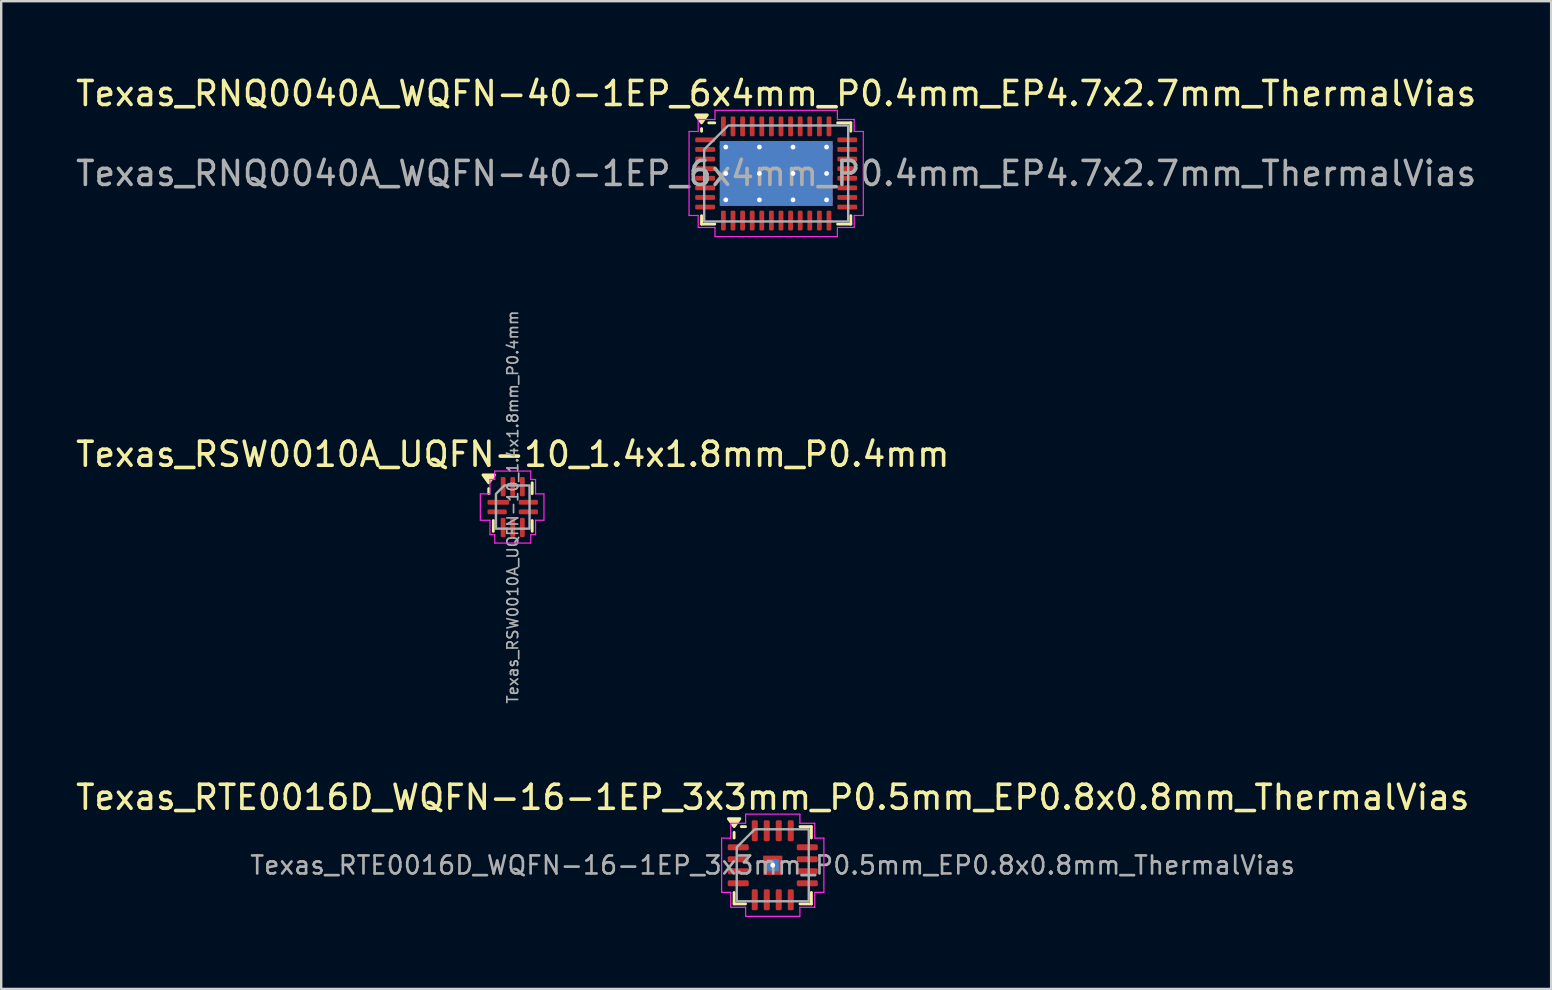
<source format=kicad_pcb>
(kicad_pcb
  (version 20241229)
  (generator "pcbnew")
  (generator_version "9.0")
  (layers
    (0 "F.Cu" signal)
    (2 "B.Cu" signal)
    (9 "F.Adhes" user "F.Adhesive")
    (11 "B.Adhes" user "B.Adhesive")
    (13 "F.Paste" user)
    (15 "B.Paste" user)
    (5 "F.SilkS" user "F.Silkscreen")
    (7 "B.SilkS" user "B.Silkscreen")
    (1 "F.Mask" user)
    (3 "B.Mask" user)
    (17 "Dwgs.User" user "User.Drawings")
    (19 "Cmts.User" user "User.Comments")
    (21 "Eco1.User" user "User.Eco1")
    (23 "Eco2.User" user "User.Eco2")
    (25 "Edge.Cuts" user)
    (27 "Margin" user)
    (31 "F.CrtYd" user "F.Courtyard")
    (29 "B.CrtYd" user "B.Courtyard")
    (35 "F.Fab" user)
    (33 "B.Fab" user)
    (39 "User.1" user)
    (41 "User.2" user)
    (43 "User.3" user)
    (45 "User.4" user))
  (footprint "Texas_RTE0016D_WQFN-16-1EP_3x3mm_P0.5mm_EP0.8x0.8mm_ThermalVias"
    (layer "F.Cu")
    (at 29.149 33.003)
    (property "Reference" "Texas_RTE0016D_WQFN-16-1EP_3x3mm_P0.5mm_EP0.8x0.8mm_ThermalVias" (at 0 -2.83 0) (layer "F.SilkS") (effects (font (size 1 1) (thickness 0.15))))
    (attr smd)
    (fp_line (start -1.61 -1.135) (end -1.61 -1.37) (stroke (width 0.12) (type solid)) (layer "F.SilkS"))
    (fp_line (start -1.61 1.61) (end -1.61 1.135) (stroke (width 0.12) (type solid)) (layer "F.SilkS"))
    (fp_line (start -1.135 -1.61) (end -1.31 -1.61) (stroke (width 0.12) (type solid)) (layer "F.SilkS"))
    (fp_line (start -1.135 1.61) (end -1.61 1.61) (stroke (width 0.12) (type solid)) (layer "F.SilkS"))
    (fp_line (start 1.135 -1.61) (end 1.61 -1.61) (stroke (width 0.12) (type solid)) (layer "F.SilkS"))
    (fp_line (start 1.135 1.61) (end 1.61 1.61) (stroke (width 0.12) (type solid)) (layer "F.SilkS"))
    (fp_line (start 1.61 -1.61) (end 1.61 -1.135) (stroke (width 0.12) (type solid)) (layer "F.SilkS"))
    (fp_line (start 1.61 1.61) (end 1.61 1.135) (stroke (width 0.12) (type solid)) (layer "F.SilkS"))
    (fp_poly (pts (xy -1.61 -1.61) (xy -1.85 -1.94) (xy -1.37 -1.94)) (stroke (width 0.12) (type solid)) (fill yes) (layer "F.SilkS"))
    (fp_line (start -2.13 -1.13) (end -1.75 -1.13) (stroke (width 0.05) (type solid)) (layer "F.CrtYd"))
    (fp_line (start -2.13 1.13) (end -2.13 -1.13) (stroke (width 0.05) (type solid)) (layer "F.CrtYd"))
    (fp_line (start -1.75 -1.75) (end -1.13 -1.75) (stroke (width 0.05) (type solid)) (layer "F.CrtYd"))
    (fp_line (start -1.75 -1.13) (end -1.75 -1.75) (stroke (width 0.05) (type solid)) (layer "F.CrtYd"))
    (fp_line (start -1.75 1.13) (end -2.13 1.13) (stroke (width 0.05) (type solid)) (layer "F.CrtYd"))
    (fp_line (start -1.75 1.75) (end -1.75 1.13) (stroke (width 0.05) (type solid)) (layer "F.CrtYd"))
    (fp_line (start -1.13 -2.13) (end 1.13 -2.13) (stroke (width 0.05) (type solid)) (layer "F.CrtYd"))
    (fp_line (start -1.13 -1.75) (end -1.13 -2.13) (stroke (width 0.05) (type solid)) (layer "F.CrtYd"))
    (fp_line (start -1.13 1.75) (end -1.75 1.75) (stroke (width 0.05) (type solid)) (layer "F.CrtYd"))
    (fp_line (start -1.13 2.13) (end -1.13 1.75) (stroke (width 0.05) (type solid)) (layer "F.CrtYd"))
    (fp_line (start 1.13 -2.13) (end 1.13 -1.75) (stroke (width 0.05) (type solid)) (layer "F.CrtYd"))
    (fp_line (start 1.13 -1.75) (end 1.75 -1.75) (stroke (width 0.05) (type solid)) (layer "F.CrtYd"))
    (fp_line (start 1.13 1.75) (end 1.13 2.13) (stroke (width 0.05) (type solid)) (layer "F.CrtYd"))
    (fp_line (start 1.13 2.13) (end -1.13 2.13) (stroke (width 0.05) (type solid)) (layer "F.CrtYd"))
    (fp_line (start 1.75 -1.75) (end 1.75 -1.13) (stroke (width 0.05) (type solid)) (layer "F.CrtYd"))
    (fp_line (start 1.75 -1.13) (end 2.13 -1.13) (stroke (width 0.05) (type solid)) (layer "F.CrtYd"))
    (fp_line (start 1.75 1.13) (end 1.75 1.75) (stroke (width 0.05) (type solid)) (layer "F.CrtYd"))
    (fp_line (start 1.75 1.75) (end 1.13 1.75) (stroke (width 0.05) (type solid)) (layer "F.CrtYd"))
    (fp_line (start 2.13 -1.13) (end 2.13 1.13) (stroke (width 0.05) (type solid)) (layer "F.CrtYd"))
    (fp_line (start 2.13 1.13) (end 1.75 1.13) (stroke (width 0.05) (type solid)) (layer "F.CrtYd"))
    (fp_poly (pts (xy -1.5 -0.75) (xy -1.5 1.5) (xy 1.5 1.5) (xy 1.5 -1.5) (xy -0.75 -1.5)) (stroke (width 0.1) (type solid)) (fill no) (layer "F.Fab"))
    (fp_text user "${REFERENCE}" (at 0 0 0) (layer "F.Fab") (effects (font (size 0.75 0.75) (thickness 0.11))))
    (pad "" smd roundrect (at 0 0) (size 0.76 0.76) (layers "F.Paste") (roundrect_rratio 0.25))
    (pad "1" smd roundrect (at -1.438 -0.75) (size 0.875 0.25) (layers "F.Cu" "F.Mask" "F.Paste") (roundrect_rratio 0.25))
    (pad "2" smd roundrect (at -1.438 -0.25) (size 0.875 0.25) (layers "F.Cu" "F.Mask" "F.Paste") (roundrect_rratio 0.25))
    (pad "3" smd roundrect (at -1.438 0.25) (size 0.875 0.25) (layers "F.Cu" "F.Mask" "F.Paste") (roundrect_rratio 0.25))
    (pad "4" smd roundrect (at -1.438 0.75) (size 0.875 0.25) (layers "F.Cu" "F.Mask" "F.Paste") (roundrect_rratio 0.25))
    (pad "5" smd roundrect (at -0.75 1.438) (size 0.25 0.875) (layers "F.Cu" "F.Mask" "F.Paste") (roundrect_rratio 0.25))
    (pad "6" smd roundrect (at -0.25 1.438) (size 0.25 0.875) (layers "F.Cu" "F.Mask" "F.Paste") (roundrect_rratio 0.25))
    (pad "7" smd roundrect (at 0.25 1.438) (size 0.25 0.875) (layers "F.Cu" "F.Mask" "F.Paste") (roundrect_rratio 0.25))
    (pad "8" smd roundrect (at 0.75 1.438) (size 0.25 0.875) (layers "F.Cu" "F.Mask" "F.Paste") (roundrect_rratio 0.25))
    (pad "9" smd roundrect (at 1.438 0.75) (size 0.875 0.25) (layers "F.Cu" "F.Mask" "F.Paste") (roundrect_rratio 0.25))
    (pad "10" smd roundrect (at 1.438 0.25) (size 0.875 0.25) (layers "F.Cu" "F.Mask" "F.Paste") (roundrect_rratio 0.25))
    (pad "11" smd roundrect (at 1.438 -0.25) (size 0.875 0.25) (layers "F.Cu" "F.Mask" "F.Paste") (roundrect_rratio 0.25))
    (pad "12" smd roundrect (at 1.438 -0.75) (size 0.875 0.25) (layers "F.Cu" "F.Mask" "F.Paste") (roundrect_rratio 0.25))
    (pad "13" smd roundrect (at 0.75 -1.438) (size 0.25 0.875) (layers "F.Cu" "F.Mask" "F.Paste") (roundrect_rratio 0.25))
    (pad "14" smd roundrect (at 0.25 -1.438) (size 0.25 0.875) (layers "F.Cu" "F.Mask" "F.Paste") (roundrect_rratio 0.25))
    (pad "15" smd roundrect (at -0.25 -1.438) (size 0.25 0.875) (layers "F.Cu" "F.Mask" "F.Paste") (roundrect_rratio 0.25))
    (pad "16" smd roundrect (at -0.75 -1.438) (size 0.25 0.875) (layers "F.Cu" "F.Mask" "F.Paste") (roundrect_rratio 0.25))
    (pad "17" thru_hole circle (at 0 0) (size 0.5 0.5) (drill 0.2) (property pad_prop_heatsink) (layers "*.Cu"))
    (pad "17" smd rect (at 0 0) (size 0.5 0.5) (property pad_prop_heatsink) (layers "B.Cu"))
    (pad "17" smd rect (at 0 0) (size 0.8 0.8) (property pad_prop_heatsink) (layers "F.Cu" "F.Mask")))
  (footprint "Texas_RNQ0040A_WQFN-40-1EP_6x4mm_P0.4mm_EP4.7x2.7mm_ThermalVias"
    (layer "F.Cu")
    (at 29.292 4.178)
    (property "Reference" "Texas_RNQ0040A_WQFN-40-1EP_6x4mm_P0.4mm_EP4.7x2.7mm_ThermalVias" (at 0 -3.33 0) (layer "F.SilkS") (effects (font (size 1 1) (thickness 0.15))))
    (attr smd)
    (fp_line (start -3.11 -1.76) (end -3.11 -1.87) (stroke (width 0.12) (type solid)) (layer "F.SilkS"))
    (fp_line (start -3.11 2.11) (end -3.11 1.76) (stroke (width 0.12) (type solid)) (layer "F.SilkS"))
    (fp_line (start -2.56 -2.11) (end -2.81 -2.11) (stroke (width 0.12) (type solid)) (layer "F.SilkS"))
    (fp_line (start -2.56 2.11) (end -3.11 2.11) (stroke (width 0.12) (type solid)) (layer "F.SilkS"))
    (fp_line (start 2.56 -2.11) (end 3.11 -2.11) (stroke (width 0.12) (type solid)) (layer "F.SilkS"))
    (fp_line (start 2.56 2.11) (end 3.11 2.11) (stroke (width 0.12) (type solid)) (layer "F.SilkS"))
    (fp_line (start 3.11 -2.11) (end 3.11 -1.76) (stroke (width 0.12) (type solid)) (layer "F.SilkS"))
    (fp_line (start 3.11 2.11) (end 3.11 1.76) (stroke (width 0.12) (type solid)) (layer "F.SilkS"))
    (fp_poly (pts (xy -3.11 -2.11) (xy -3.35 -2.44) (xy -2.87 -2.44)) (stroke (width 0.12) (type solid)) (fill yes) (layer "F.SilkS"))
    (fp_line (start -3.63 -1.75) (end -3.25 -1.75) (stroke (width 0.05) (type solid)) (layer "F.CrtYd"))
    (fp_line (start -3.63 1.75) (end -3.63 -1.75) (stroke (width 0.05) (type solid)) (layer "F.CrtYd"))
    (fp_line (start -3.25 -2.25) (end -2.55 -2.25) (stroke (width 0.05) (type solid)) (layer "F.CrtYd"))
    (fp_line (start -3.25 -1.75) (end -3.25 -2.25) (stroke (width 0.05) (type solid)) (layer "F.CrtYd"))
    (fp_line (start -3.25 1.75) (end -3.63 1.75) (stroke (width 0.05) (type solid)) (layer "F.CrtYd"))
    (fp_line (start -3.25 2.25) (end -3.25 1.75) (stroke (width 0.05) (type solid)) (layer "F.CrtYd"))
    (fp_line (start -2.55 -2.63) (end 2.55 -2.63) (stroke (width 0.05) (type solid)) (layer "F.CrtYd"))
    (fp_line (start -2.55 -2.25) (end -2.55 -2.63) (stroke (width 0.05) (type solid)) (layer "F.CrtYd"))
    (fp_line (start -2.55 2.25) (end -3.25 2.25) (stroke (width 0.05) (type solid)) (layer "F.CrtYd"))
    (fp_line (start -2.55 2.63) (end -2.55 2.25) (stroke (width 0.05) (type solid)) (layer "F.CrtYd"))
    (fp_line (start 2.55 -2.63) (end 2.55 -2.25) (stroke (width 0.05) (type solid)) (layer "F.CrtYd"))
    (fp_line (start 2.55 -2.25) (end 3.25 -2.25) (stroke (width 0.05) (type solid)) (layer "F.CrtYd"))
    (fp_line (start 2.55 2.25) (end 2.55 2.63) (stroke (width 0.05) (type solid)) (layer "F.CrtYd"))
    (fp_line (start 2.55 2.63) (end -2.55 2.63) (stroke (width 0.05) (type solid)) (layer "F.CrtYd"))
    (fp_line (start 3.25 -2.25) (end 3.25 -1.75) (stroke (width 0.05) (type solid)) (layer "F.CrtYd"))
    (fp_line (start 3.25 -1.75) (end 3.63 -1.75) (stroke (width 0.05) (type solid)) (layer "F.CrtYd"))
    (fp_line (start 3.25 1.75) (end 3.25 2.25) (stroke (width 0.05) (type solid)) (layer "F.CrtYd"))
    (fp_line (start 3.25 2.25) (end 2.55 2.25) (stroke (width 0.05) (type solid)) (layer "F.CrtYd"))
    (fp_line (start 3.63 -1.75) (end 3.63 1.75) (stroke (width 0.05) (type solid)) (layer "F.CrtYd"))
    (fp_line (start 3.63 1.75) (end 3.25 1.75) (stroke (width 0.05) (type solid)) (layer "F.CrtYd"))
    (fp_poly (pts (xy -3 -1) (xy -3 2) (xy 3 2) (xy 3 -2) (xy -2 -2)) (stroke (width 0.1) (type solid)) (fill no) (layer "F.Fab"))
    (fp_text user "${REFERENCE}" (at 0 0 0) (layer "F.Fab") (effects (font (size 1 1) (thickness 0.15))))
    (pad "" smd roundrect (at -1.57 -0.675) (size 1.34 1.15) (layers "F.Paste") (roundrect_rratio 0.217))
    (pad "" smd roundrect (at -1.57 0.675) (size 1.34 1.15) (layers "F.Paste") (roundrect_rratio 0.217))
    (pad "" smd roundrect (at 0 -0.675) (size 1.34 1.15) (layers "F.Paste") (roundrect_rratio 0.217))
    (pad "" smd roundrect (at 0 0.675) (size 1.34 1.15) (layers "F.Paste") (roundrect_rratio 0.217))
    (pad "" smd roundrect (at 1.57 -0.675) (size 1.34 1.15) (layers "F.Paste") (roundrect_rratio 0.217))
    (pad "" smd roundrect (at 1.57 0.675) (size 1.34 1.15) (layers "F.Paste") (roundrect_rratio 0.217))
    (pad "1" smd roundrect (at -2.962 -1.4) (size 0.825 0.2) (layers "F.Cu" "F.Mask" "F.Paste") (roundrect_rratio 0.25))
    (pad "2" smd roundrect (at -2.962 -1) (size 0.825 0.2) (layers "F.Cu" "F.Mask" "F.Paste") (roundrect_rratio 0.25))
    (pad "3" smd roundrect (at -2.962 -0.6) (size 0.825 0.2) (layers "F.Cu" "F.Mask" "F.Paste") (roundrect_rratio 0.25))
    (pad "4" smd roundrect (at -2.962 -0.2) (size 0.825 0.2) (layers "F.Cu" "F.Mask" "F.Paste") (roundrect_rratio 0.25))
    (pad "5" smd roundrect (at -2.962 0.2) (size 0.825 0.2) (layers "F.Cu" "F.Mask" "F.Paste") (roundrect_rratio 0.25))
    (pad "6" smd roundrect (at -2.962 0.6) (size 0.825 0.2) (layers "F.Cu" "F.Mask" "F.Paste") (roundrect_rratio 0.25))
    (pad "7" smd roundrect (at -2.962 1) (size 0.825 0.2) (layers "F.Cu" "F.Mask" "F.Paste") (roundrect_rratio 0.25))
    (pad "8" smd roundrect (at -2.962 1.4) (size 0.825 0.2) (layers "F.Cu" "F.Mask" "F.Paste") (roundrect_rratio 0.25))
    (pad "9" smd roundrect (at -2.2 1.962) (size 0.2 0.825) (layers "F.Cu" "F.Mask" "F.Paste") (roundrect_rratio 0.25))
    (pad "10" smd roundrect (at -1.8 1.962) (size 0.2 0.825) (layers "F.Cu" "F.Mask" "F.Paste") (roundrect_rratio 0.25))
    (pad "11" smd roundrect (at -1.4 1.962) (size 0.2 0.825) (layers "F.Cu" "F.Mask" "F.Paste") (roundrect_rratio 0.25))
    (pad "12" smd roundrect (at -1 1.962) (size 0.2 0.825) (layers "F.Cu" "F.Mask" "F.Paste") (roundrect_rratio 0.25))
    (pad "13" smd roundrect (at -0.6 1.962) (size 0.2 0.825) (layers "F.Cu" "F.Mask" "F.Paste") (roundrect_rratio 0.25))
    (pad "14" smd roundrect (at -0.2 1.962) (size 0.2 0.825) (layers "F.Cu" "F.Mask" "F.Paste") (roundrect_rratio 0.25))
    (pad "15" smd roundrect (at 0.2 1.962) (size 0.2 0.825) (layers "F.Cu" "F.Mask" "F.Paste") (roundrect_rratio 0.25))
    (pad "16" smd roundrect (at 0.6 1.962) (size 0.2 0.825) (layers "F.Cu" "F.Mask" "F.Paste") (roundrect_rratio 0.25))
    (pad "17" smd roundrect (at 1 1.962) (size 0.2 0.825) (layers "F.Cu" "F.Mask" "F.Paste") (roundrect_rratio 0.25))
    (pad "18" smd roundrect (at 1.4 1.962) (size 0.2 0.825) (layers "F.Cu" "F.Mask" "F.Paste") (roundrect_rratio 0.25))
    (pad "19" smd roundrect (at 1.8 1.962) (size 0.2 0.825) (layers "F.Cu" "F.Mask" "F.Paste") (roundrect_rratio 0.25))
    (pad "20" smd roundrect (at 2.2 1.962) (size 0.2 0.825) (layers "F.Cu" "F.Mask" "F.Paste") (roundrect_rratio 0.25))
    (pad "21" smd roundrect (at 2.962 1.4) (size 0.825 0.2) (layers "F.Cu" "F.Mask" "F.Paste") (roundrect_rratio 0.25))
    (pad "22" smd roundrect (at 2.962 1) (size 0.825 0.2) (layers "F.Cu" "F.Mask" "F.Paste") (roundrect_rratio 0.25))
    (pad "23" smd roundrect (at 2.962 0.6) (size 0.825 0.2) (layers "F.Cu" "F.Mask" "F.Paste") (roundrect_rratio 0.25))
    (pad "24" smd roundrect (at 2.962 0.2) (size 0.825 0.2) (layers "F.Cu" "F.Mask" "F.Paste") (roundrect_rratio 0.25))
    (pad "25" smd roundrect (at 2.962 -0.2) (size 0.825 0.2) (layers "F.Cu" "F.Mask" "F.Paste") (roundrect_rratio 0.25))
    (pad "26" smd roundrect (at 2.962 -0.6) (size 0.825 0.2) (layers "F.Cu" "F.Mask" "F.Paste") (roundrect_rratio 0.25))
    (pad "27" smd roundrect (at 2.962 -1) (size 0.825 0.2) (layers "F.Cu" "F.Mask" "F.Paste") (roundrect_rratio 0.25))
    (pad "28" smd roundrect (at 2.962 -1.4) (size 0.825 0.2) (layers "F.Cu" "F.Mask" "F.Paste") (roundrect_rratio 0.25))
    (pad "29" smd roundrect (at 2.2 -1.962) (size 0.2 0.825) (layers "F.Cu" "F.Mask" "F.Paste") (roundrect_rratio 0.25))
    (pad "30" smd roundrect (at 1.8 -1.962) (size 0.2 0.825) (layers "F.Cu" "F.Mask" "F.Paste") (roundrect_rratio 0.25))
    (pad "31" smd roundrect (at 1.4 -1.962) (size 0.2 0.825) (layers "F.Cu" "F.Mask" "F.Paste") (roundrect_rratio 0.25))
    (pad "32" smd roundrect (at 1 -1.962) (size 0.2 0.825) (layers "F.Cu" "F.Mask" "F.Paste") (roundrect_rratio 0.25))
    (pad "33" smd roundrect (at 0.6 -1.962) (size 0.2 0.825) (layers "F.Cu" "F.Mask" "F.Paste") (roundrect_rratio 0.25))
    (pad "34" smd roundrect (at 0.2 -1.962) (size 0.2 0.825) (layers "F.Cu" "F.Mask" "F.Paste") (roundrect_rratio 0.25))
    (pad "35" smd roundrect (at -0.2 -1.962) (size 0.2 0.825) (layers "F.Cu" "F.Mask" "F.Paste") (roundrect_rratio 0.25))
    (pad "36" smd roundrect (at -0.6 -1.962) (size 0.2 0.825) (layers "F.Cu" "F.Mask" "F.Paste") (roundrect_rratio 0.25))
    (pad "37" smd roundrect (at -1 -1.962) (size 0.2 0.825) (layers "F.Cu" "F.Mask" "F.Paste") (roundrect_rratio 0.25))
    (pad "38" smd roundrect (at -1.4 -1.962) (size 0.2 0.825) (layers "F.Cu" "F.Mask" "F.Paste") (roundrect_rratio 0.25))
    (pad "39" smd roundrect (at -1.8 -1.962) (size 0.2 0.825) (layers "F.Cu" "F.Mask" "F.Paste") (roundrect_rratio 0.25))
    (pad "40" smd roundrect (at -2.2 -1.962) (size 0.2 0.825) (layers "F.Cu" "F.Mask" "F.Paste") (roundrect_rratio 0.25))
    (pad "41" thru_hole circle (at -2.1 -1.1) (size 0.5 0.5) (drill 0.2) (property pad_prop_heatsink) (layers "*.Cu"))
    (pad "41" thru_hole circle (at -2.1 0) (size 0.5 0.5) (drill 0.2) (property pad_prop_heatsink) (layers "*.Cu"))
    (pad "41" thru_hole circle (at -2.1 1.1) (size 0.5 0.5) (drill 0.2) (property pad_prop_heatsink) (layers "*.Cu"))
    (pad "41" thru_hole circle (at -0.7 -1.1) (size 0.5 0.5) (drill 0.2) (property pad_prop_heatsink) (layers "*.Cu"))
    (pad "41" thru_hole circle (at -0.7 0) (size 0.5 0.5) (drill 0.2) (property pad_prop_heatsink) (layers "*.Cu"))
    (pad "41" thru_hole circle (at -0.7 1.1) (size 0.5 0.5) (drill 0.2) (property pad_prop_heatsink) (layers "*.Cu"))
    (pad "41" smd rect (at 0 0) (size 4.7 2.7) (property pad_prop_heatsink) (layers "F.Cu" "F.Mask"))
    (pad "41" smd rect (at 0 0) (size 4.7 2.7) (property pad_prop_heatsink) (layers "B.Cu"))
    (pad "41" thru_hole circle (at 0.7 -1.1) (size 0.5 0.5) (drill 0.2) (property pad_prop_heatsink) (layers "*.Cu"))
    (pad "41" thru_hole circle (at 0.7 0) (size 0.5 0.5) (drill 0.2) (property pad_prop_heatsink) (layers "*.Cu"))
    (pad "41" thru_hole circle (at 0.7 1.1) (size 0.5 0.5) (drill 0.2) (property pad_prop_heatsink) (layers "*.Cu"))
    (pad "41" thru_hole circle (at 2.1 -1.1) (size 0.5 0.5) (drill 0.2) (property pad_prop_heatsink) (layers "*.Cu"))
    (pad "41" thru_hole circle (at 2.1 0) (size 0.5 0.5) (drill 0.2) (property pad_prop_heatsink) (layers "*.Cu"))
    (pad "41" thru_hole circle (at 2.1 1.1) (size 0.5 0.5) (drill 0.2) (property pad_prop_heatsink) (layers "*.Cu")))
  (footprint "Texas_RSW0010A_UQFN-10_1.4x1.8mm_P0.4mm"
    (layer "F.Cu")
    (at 18.315 18.079)
    (property "Reference" "Texas_RSW0010A_UQFN-10_1.4x1.8mm_P0.4mm" (at 0 -2.2 0) (layer "F.SilkS") (effects (font (size 1 1) (thickness 0.15))))
    (attr smd)
    (fp_line (start -1 -0.56) (end -1 -0.77) (stroke (width 0.12) (type solid)) (layer "F.SilkS"))
    (fp_line (start -0.81 1.01) (end -0.81 0.56) (stroke (width 0.12) (type solid)) (layer "F.SilkS"))
    (fp_line (start 0.81 -1.01) (end 0.81 -0.56) (stroke (width 0.12) (type solid)) (layer "F.SilkS"))
    (fp_line (start 0.81 1.01) (end 0.81 0.56) (stroke (width 0.12) (type solid)) (layer "F.SilkS"))
    (fp_poly (pts (xy -1 -1.01) (xy -1.24 -1.34) (xy -0.76 -1.34)) (stroke (width 0.12) (type solid)) (fill yes) (layer "F.SilkS"))
    (fp_line (start -1.35 -0.55) (end -0.95 -0.55) (stroke (width 0.05) (type solid)) (layer "F.CrtYd"))
    (fp_line (start -1.35 0.55) (end -1.35 -0.55) (stroke (width 0.05) (type solid)) (layer "F.CrtYd"))
    (fp_line (start -0.95 -1.15) (end -0.75 -1.15) (stroke (width 0.05) (type solid)) (layer "F.CrtYd"))
    (fp_line (start -0.95 -0.55) (end -0.95 -1.15) (stroke (width 0.05) (type solid)) (layer "F.CrtYd"))
    (fp_line (start -0.95 0.55) (end -1.35 0.55) (stroke (width 0.05) (type solid)) (layer "F.CrtYd"))
    (fp_line (start -0.95 1.15) (end -0.95 0.55) (stroke (width 0.05) (type solid)) (layer "F.CrtYd"))
    (fp_line (start -0.75 -1.5) (end 0.75 -1.5) (stroke (width 0.05) (type solid)) (layer "F.CrtYd"))
    (fp_line (start -0.75 -1.15) (end -0.75 -1.5) (stroke (width 0.05) (type solid)) (layer "F.CrtYd"))
    (fp_line (start -0.75 1.15) (end -0.95 1.15) (stroke (width 0.05) (type solid)) (layer "F.CrtYd"))
    (fp_line (start -0.75 1.5) (end -0.75 1.15) (stroke (width 0.05) (type solid)) (layer "F.CrtYd"))
    (fp_line (start 0.75 -1.5) (end 0.75 -1.15) (stroke (width 0.05) (type solid)) (layer "F.CrtYd"))
    (fp_line (start 0.75 -1.15) (end 0.95 -1.15) (stroke (width 0.05) (type solid)) (layer "F.CrtYd"))
    (fp_line (start 0.75 1.15) (end 0.75 1.5) (stroke (width 0.05) (type solid)) (layer "F.CrtYd"))
    (fp_line (start 0.75 1.5) (end -0.75 1.5) (stroke (width 0.05) (type solid)) (layer "F.CrtYd"))
    (fp_line (start 0.95 -1.15) (end 0.95 -0.55) (stroke (width 0.05) (type solid)) (layer "F.CrtYd"))
    (fp_line (start 0.95 -0.55) (end 1.3 -0.55) (stroke (width 0.05) (type solid)) (layer "F.CrtYd"))
    (fp_line (start 0.95 0.55) (end 0.95 1.15) (stroke (width 0.05) (type solid)) (layer "F.CrtYd"))
    (fp_line (start 0.95 1.15) (end 0.75 1.15) (stroke (width 0.05) (type solid)) (layer "F.CrtYd"))
    (fp_line (start 1.3 -0.55) (end 1.3 0.55) (stroke (width 0.05) (type solid)) (layer "F.CrtYd"))
    (fp_line (start 1.3 0.55) (end 0.95 0.55) (stroke (width 0.05) (type solid)) (layer "F.CrtYd"))
    (fp_poly (pts (xy -0.7 -0.55) (xy -0.7 0.9) (xy 0.7 0.9) (xy 0.7 -0.9) (xy -0.35 -0.9)) (stroke (width 0.1) (type solid)) (fill no) (layer "F.Fab"))
    (fp_text user "${REFERENCE}" (at 0 0 90) (layer "F.Fab") (effects (font (size 0.45 0.45) (thickness 0.07))))
    (pad "1" smd roundrect (at -0.6 -0.2) (size 0.9 0.2) (layers "F.Cu" "F.Mask" "F.Paste") (roundrect_rratio 0.25))
    (pad "2" smd roundrect (at -0.65 0.2) (size 0.8 0.2) (layers "F.Cu" "F.Mask" "F.Paste") (roundrect_rratio 0.25))
    (pad "3" smd roundrect (at -0.4 0.85) (size 0.2 0.8) (layers "F.Cu" "F.Mask" "F.Paste") (roundrect_rratio 0.25))
    (pad "4" smd roundrect (at 0 0.85) (size 0.2 0.8) (layers "F.Cu" "F.Mask" "F.Paste") (roundrect_rratio 0.25))
    (pad "5" smd roundrect (at 0.4 0.85) (size 0.2 0.8) (layers "F.Cu" "F.Mask" "F.Paste") (roundrect_rratio 0.25))
    (pad "6" smd roundrect (at 0.65 0.2) (size 0.8 0.2) (layers "F.Cu" "F.Mask" "F.Paste") (roundrect_rratio 0.25))
    (pad "7" smd roundrect (at 0.65 -0.2) (size 0.8 0.2) (layers "F.Cu" "F.Mask" "F.Paste") (roundrect_rratio 0.25))
    (pad "8" smd roundrect (at 0.4 -0.85) (size 0.2 0.8) (layers "F.Cu" "F.Mask" "F.Paste") (roundrect_rratio 0.25))
    (pad "9" smd roundrect (at 0 -0.85) (size 0.2 0.8) (layers "F.Cu" "F.Mask" "F.Paste") (roundrect_rratio 0.25))
    (pad "10" smd roundrect (at -0.4 -0.85) (size 0.2 0.8) (layers "F.Cu" "F.Mask" "F.Paste") (roundrect_rratio 0.25)))
  (gr_rect
    (start -3 -3)
    (end 61.583 38.158)
    (stroke (width 0.1) (type default))
    (fill no)
    (layer "Edge.Cuts")))
</source>
